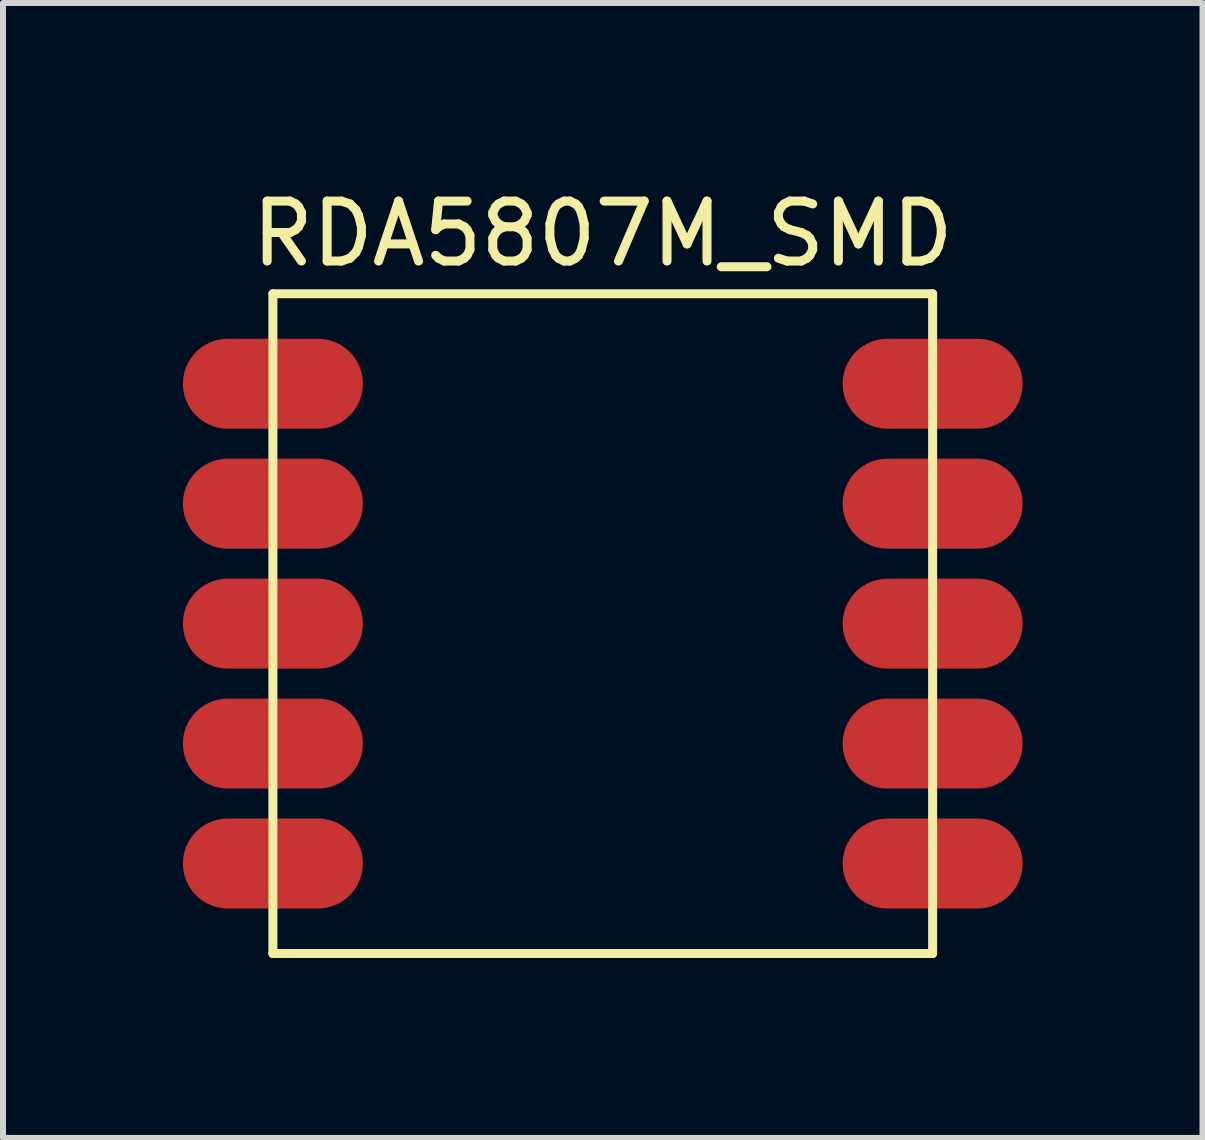
<source format=kicad_pcb>
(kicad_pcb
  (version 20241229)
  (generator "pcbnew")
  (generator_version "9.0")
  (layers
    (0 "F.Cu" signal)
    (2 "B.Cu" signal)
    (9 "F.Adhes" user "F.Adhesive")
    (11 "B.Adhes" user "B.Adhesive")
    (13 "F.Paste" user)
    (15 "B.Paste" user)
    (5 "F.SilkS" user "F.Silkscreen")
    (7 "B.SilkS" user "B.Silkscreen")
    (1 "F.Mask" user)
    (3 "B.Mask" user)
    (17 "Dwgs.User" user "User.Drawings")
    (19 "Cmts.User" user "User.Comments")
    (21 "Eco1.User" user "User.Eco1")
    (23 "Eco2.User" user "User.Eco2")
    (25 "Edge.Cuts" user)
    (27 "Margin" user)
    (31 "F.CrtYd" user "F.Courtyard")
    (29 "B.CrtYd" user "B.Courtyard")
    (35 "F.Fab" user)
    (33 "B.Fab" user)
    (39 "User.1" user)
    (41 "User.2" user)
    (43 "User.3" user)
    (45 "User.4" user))
  (footprint "RDA5807M_SMD"
    (layer "F.Cu")
    (at 7 7.348)
    (property "Reference" "RDA5807M_SMD" (at 0 -6.5 0) (layer "F.SilkS") (effects (font (size 1 1) (thickness 0.15))))
    (attr smd)
    (fp_line (start -5.5 -5.5) (end -5.5 5.5) (stroke (width 0.15) (type solid)) (layer "F.SilkS"))
    (fp_line (start -5.5 5.5) (end 5.5 5.5) (stroke (width 0.15) (type solid)) (layer "F.SilkS"))
    (fp_line (start 5.5 -5.5) (end -5.5 -5.5) (stroke (width 0.15) (type solid)) (layer "F.SilkS"))
    (fp_line (start 5.5 5.5) (end 5.5 -5.5) (stroke (width 0.15) (type solid)) (layer "F.SilkS"))
    (pad "1" smd oval (at -5.5 -4) (size 3 1.5) (layers "F.Cu" "F.Mask" "F.Paste"))
    (pad "2" smd oval (at -5.5 -2) (size 3 1.5) (layers "F.Cu" "F.Mask" "F.Paste"))
    (pad "3" smd oval (at -5.5 0) (size 3 1.5) (layers "F.Cu" "F.Mask" "F.Paste"))
    (pad "4" smd oval (at -5.5 2) (size 3 1.5) (layers "F.Cu" "F.Mask" "F.Paste"))
    (pad "5" smd oval (at -5.5 4) (size 3 1.5) (layers "F.Cu" "F.Mask" "F.Paste"))
    (pad "6" smd oval (at 5.5 4) (size 3 1.5) (layers "F.Cu" "F.Mask" "F.Paste"))
    (pad "7" smd oval (at 5.5 2) (size 3 1.5) (layers "F.Cu" "F.Mask" "F.Paste"))
    (pad "8" smd oval (at 5.5 0) (size 3 1.5) (layers "F.Cu" "F.Mask" "F.Paste"))
    (pad "9" smd oval (at 5.5 -2) (size 3 1.5) (layers "F.Cu" "F.Mask" "F.Paste"))
    (pad "10" smd oval (at 5.5 -4) (size 3 1.5) (layers "F.Cu" "F.Mask" "F.Paste")))
  (gr_rect
    (start -3 -3)
    (end 17 15.923)
    (stroke (width 0.1) (type default))
    (fill no)
    (layer "Edge.Cuts")))
</source>
